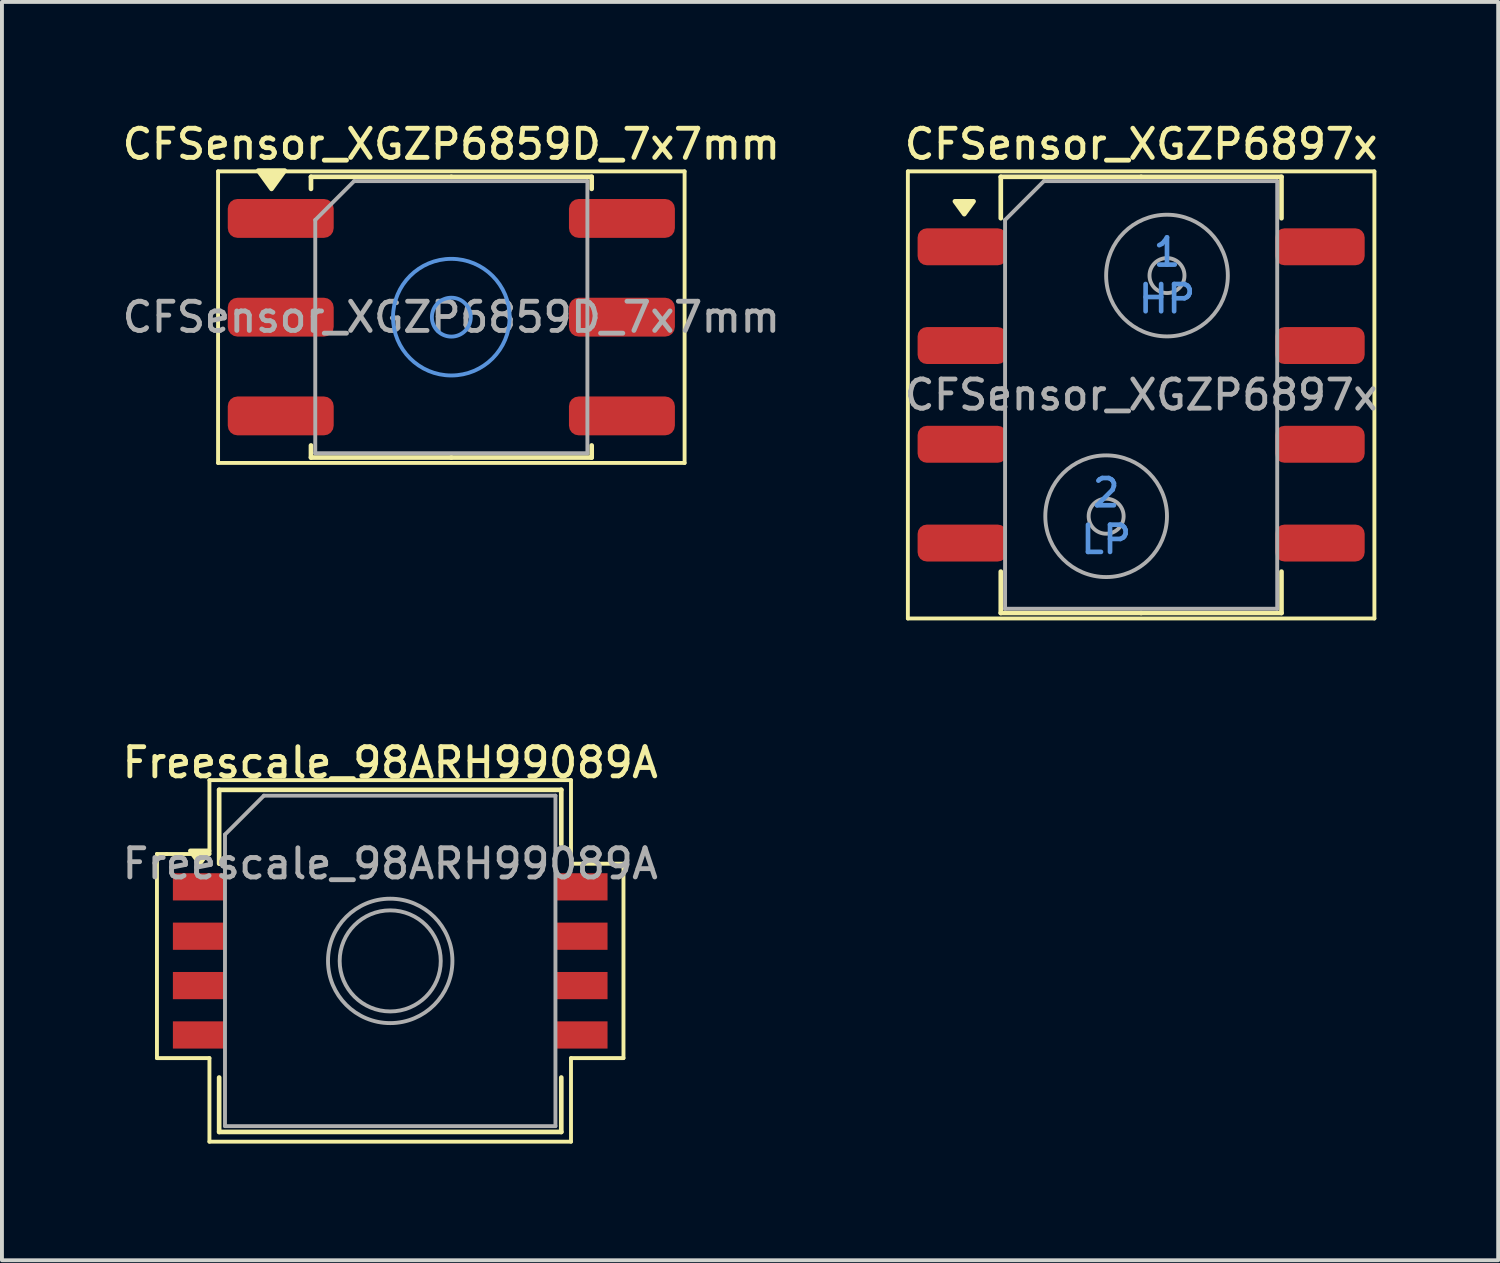
<source format=kicad_pcb>
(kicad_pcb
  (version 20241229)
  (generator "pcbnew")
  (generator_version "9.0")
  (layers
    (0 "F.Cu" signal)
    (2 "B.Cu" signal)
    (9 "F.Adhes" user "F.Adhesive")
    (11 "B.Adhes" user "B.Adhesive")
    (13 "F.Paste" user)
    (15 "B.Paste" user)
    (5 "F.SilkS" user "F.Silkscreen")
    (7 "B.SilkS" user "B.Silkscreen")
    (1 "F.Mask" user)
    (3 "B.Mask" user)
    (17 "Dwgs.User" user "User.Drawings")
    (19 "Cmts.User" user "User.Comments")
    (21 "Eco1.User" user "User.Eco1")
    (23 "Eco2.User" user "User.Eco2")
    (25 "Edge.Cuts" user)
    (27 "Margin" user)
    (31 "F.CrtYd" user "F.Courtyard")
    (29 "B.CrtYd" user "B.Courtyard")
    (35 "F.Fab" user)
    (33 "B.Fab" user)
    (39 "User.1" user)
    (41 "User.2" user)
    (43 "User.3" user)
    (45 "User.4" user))
  (footprint "Freescale_98ARH99089A"
    (layer "F.Cu")
    (at 6.987 21.666)
    (property "Reference" "Freescale_98ARH99089A" (at 0 -5.1 0) (layer "F.SilkS") (effects (font (size 0.75 0.75) (thickness 0.125))))
    (attr smd)
    (fp_line (start -6 -2.75) (end -4.65 -2.75) (stroke (width 0.1) (type solid)) (layer "F.SilkS"))
    (fp_line (start -6 2.5) (end -6 -2.75) (stroke (width 0.1) (type solid)) (layer "F.SilkS"))
    (fp_line (start -5.75 -2.75) (end -5.75 -2.75) (stroke (width 0.1) (type solid)) (layer "F.SilkS"))
    (fp_line (start -4.65 -4.65) (end 4.65 -4.65) (stroke (width 0.1) (type solid)) (layer "F.SilkS"))
    (fp_line (start -4.65 -2.75) (end -4.65 -4.65) (stroke (width 0.1) (type solid)) (layer "F.SilkS"))
    (fp_line (start -4.65 2.5) (end -6 2.5) (stroke (width 0.1) (type solid)) (layer "F.SilkS"))
    (fp_line (start -4.65 4.65) (end -4.65 2.5) (stroke (width 0.1) (type solid)) (layer "F.SilkS"))
    (fp_line (start -4.4 -4.4) (end -4.4 -2.5) (stroke (width 0.12) (type solid)) (layer "F.SilkS"))
    (fp_line (start -4.4 4.4) (end -4.4 3) (stroke (width 0.12) (type solid)) (layer "F.SilkS"))
    (fp_line (start 4.4 -4.4) (end -4.4 -4.4) (stroke (width 0.12) (type solid)) (layer "F.SilkS"))
    (fp_line (start 4.4 -3) (end 4.4 -4.4) (stroke (width 0.12) (type solid)) (layer "F.SilkS"))
    (fp_line (start 4.4 3) (end 4.4 4.4) (stroke (width 0.12) (type solid)) (layer "F.SilkS"))
    (fp_line (start 4.4 4.4) (end -4.4 4.4) (stroke (width 0.12) (type solid)) (layer "F.SilkS"))
    (fp_line (start 4.65 -4.65) (end 4.65 -2.5) (stroke (width 0.1) (type solid)) (layer "F.SilkS"))
    (fp_line (start 4.65 -2.5) (end 6 -2.5) (stroke (width 0.1) (type solid)) (layer "F.SilkS"))
    (fp_line (start 4.65 2.5) (end 4.65 4.65) (stroke (width 0.1) (type solid)) (layer "F.SilkS"))
    (fp_line (start 4.65 4.65) (end -4.65 4.65) (stroke (width 0.1) (type solid)) (layer "F.SilkS"))
    (fp_line (start 6 -2.5) (end 6 2.5) (stroke (width 0.1) (type solid)) (layer "F.SilkS"))
    (fp_line (start 6 2.5) (end 4.65 2.5) (stroke (width 0.1) (type solid)) (layer "F.SilkS"))
    (fp_poly (pts (xy -4.9 -2.5) (xy -5.14 -2.83) (xy -4.66 -2.83) (xy -4.9 -2.5)) (stroke (width 0.12) (type solid)) (fill yes) (layer "F.SilkS"))
    (fp_line (start -4.25 -3.25) (end -3.25 -4.25) (stroke (width 0.1) (type solid)) (layer "F.Fab"))
    (fp_line (start -4.25 4.25) (end -4.25 -3.25) (stroke (width 0.1) (type solid)) (layer "F.Fab"))
    (fp_line (start -3.25 -4.25) (end 4.25 -4.25) (stroke (width 0.1) (type solid)) (layer "F.Fab"))
    (fp_line (start 4.25 -4.25) (end 4.25 4.25) (stroke (width 0.1) (type solid)) (layer "F.Fab"))
    (fp_line (start 4.25 4.25) (end -4.25 4.25) (stroke (width 0.1) (type solid)) (layer "F.Fab"))
    (fp_circle (center 0 0) (end 1.3 0) (stroke (width 0.1) (type solid)) (fill no) (layer "F.Fab"))
    (fp_circle (center 0 0) (end 1.6 0) (stroke (width 0.1) (type solid)) (fill no) (layer "F.Fab"))
    (fp_text user "${REFERENCE}" (at 0 -2.5 0) (layer "F.Fab") (effects (font (size 0.75 0.75) (thickness 0.125))))
    (pad "1" smd rect (at -4.915 -1.905) (size 1.35 0.7) (layers "F.Cu" "F.Mask" "F.Paste"))
    (pad "2" smd rect (at -4.915 -0.635) (size 1.35 0.7) (layers "F.Cu" "F.Mask" "F.Paste"))
    (pad "3" smd rect (at -4.915 0.635) (size 1.35 0.7) (layers "F.Cu" "F.Mask" "F.Paste"))
    (pad "4" smd rect (at -4.915 1.905) (size 1.35 0.7) (layers "F.Cu" "F.Mask" "F.Paste"))
    (pad "5" smd rect (at 4.915 1.905) (size 1.35 0.7) (layers "F.Cu" "F.Mask" "F.Paste"))
    (pad "6" smd rect (at 4.915 0.635) (size 1.35 0.7) (layers "F.Cu" "F.Mask" "F.Paste"))
    (pad "7" smd rect (at 4.915 -0.635) (size 1.35 0.7) (layers "F.Cu" "F.Mask" "F.Paste"))
    (pad "8" smd rect (at 4.915 -1.905) (size 1.35 0.7) (layers "F.Cu" "F.Mask" "F.Paste")))
  (footprint "CFSensor_XGZP6897x"
    (layer "F.Cu")
    (at 26.302 7.108)
    (property "Reference" "CFSensor_XGZP6897x" (at 0 -6.45 0) (layer "F.SilkS") (effects (font (size 0.75 0.75) (thickness 0.125))))
    (attr smd)
    (fp_line (start -6 -5.75) (end -6 5.75) (stroke (width 0.1) (type solid)) (layer "F.SilkS"))
    (fp_line (start -6 5.75) (end 6 5.75) (stroke (width 0.1) (type solid)) (layer "F.SilkS"))
    (fp_line (start -3.61 -5.61) (end -3.61 -4.545) (stroke (width 0.12) (type solid)) (layer "F.SilkS"))
    (fp_line (start -3.61 5.61) (end -3.61 4.545) (stroke (width 0.12) (type solid)) (layer "F.SilkS"))
    (fp_line (start 0 -5.61) (end -3.61 -5.61) (stroke (width 0.12) (type solid)) (layer "F.SilkS"))
    (fp_line (start 0 -5.61) (end 3.61 -5.61) (stroke (width 0.12) (type solid)) (layer "F.SilkS"))
    (fp_line (start 0 5.61) (end -3.61 5.61) (stroke (width 0.12) (type solid)) (layer "F.SilkS"))
    (fp_line (start 0 5.61) (end 3.61 5.61) (stroke (width 0.12) (type solid)) (layer "F.SilkS"))
    (fp_line (start 3.61 -5.61) (end 3.61 -4.545) (stroke (width 0.12) (type solid)) (layer "F.SilkS"))
    (fp_line (start 3.61 5.61) (end 3.61 4.545) (stroke (width 0.12) (type solid)) (layer "F.SilkS"))
    (fp_line (start 6 -5.75) (end -6 -5.75) (stroke (width 0.1) (type solid)) (layer "F.SilkS"))
    (fp_line (start 6 5.75) (end 6 -5.75) (stroke (width 0.1) (type solid)) (layer "F.SilkS"))
    (fp_poly (pts (xy -4.55 -4.65) (xy -4.79 -4.98) (xy -4.31 -4.98) (xy -4.55 -4.65)) (stroke (width 0.12) (type solid)) (fill yes) (layer "F.SilkS"))
    (fp_line (start -3.5 -4.5) (end -2.5 -5.5) (stroke (width 0.1) (type solid)) (layer "F.Fab"))
    (fp_line (start -3.5 5.5) (end -3.5 -4.5) (stroke (width 0.1) (type solid)) (layer "F.Fab"))
    (fp_line (start -2.5 -5.5) (end 3.5 -5.5) (stroke (width 0.1) (type solid)) (layer "F.Fab"))
    (fp_line (start 3.5 -5.5) (end 3.5 5.5) (stroke (width 0.1) (type solid)) (layer "F.Fab"))
    (fp_line (start 3.5 5.5) (end -3.5 5.5) (stroke (width 0.1) (type solid)) (layer "F.Fab"))
    (fp_circle (center -0.9 3.12) (end -0.45 3.12) (stroke (width 0.1) (type default)) (fill no) (layer "F.Fab"))
    (fp_circle (center -0.9 3.12) (end 0.665 3.12) (stroke (width 0.1) (type default)) (fill no) (layer "F.Fab"))
    (fp_circle (center 0.665 -3.07) (end 1.115 -3.07) (stroke (width 0.1) (type default)) (fill no) (layer "F.Fab"))
    (fp_circle (center 0.665 -3.07) (end 2.23 -3.07) (stroke (width 0.1) (type default)) (fill no) (layer "F.Fab"))
    (fp_text user "LP" (at -0.9 3.72 0) (unlocked yes) (layer "Cmts.User") (effects (font (size 0.7 0.7) (thickness 0.12) (bold yes))))
    (fp_text user "1" (at 0.665 -3.67 0) (unlocked yes) (layer "Cmts.User") (effects (font (size 0.7 0.7) (thickness 0.12) (bold yes))))
    (fp_text user "2" (at -0.9 2.52 0) (unlocked yes) (layer "Cmts.User") (effects (font (size 0.7 0.7) (thickness 0.12) (bold yes))))
    (fp_text user "HP" (at 0.665 -2.47 0) (unlocked yes) (layer "Cmts.User") (effects (font (size 0.7 0.7) (thickness 0.12) (bold yes))))
    (fp_text user "${REFERENCE}" (at 0 0 0) (layer "F.Fab") (effects (font (size 0.75 0.75) (thickness 0.125))))
    (pad "1" smd roundrect (at -4.6 -3.81) (size 2.3 0.95) (layers "F.Cu" "F.Mask" "F.Paste") (roundrect_rratio 0.25))
    (pad "2" smd roundrect (at -4.6 -1.27) (size 2.3 0.95) (layers "F.Cu" "F.Mask" "F.Paste") (roundrect_rratio 0.25))
    (pad "3" smd roundrect (at -4.6 1.27) (size 2.3 0.95) (layers "F.Cu" "F.Mask" "F.Paste") (roundrect_rratio 0.25))
    (pad "4" smd roundrect (at -4.6 3.81) (size 2.3 0.95) (layers "F.Cu" "F.Mask" "F.Paste") (roundrect_rratio 0.25))
    (pad "5" smd roundrect (at 4.6 3.81) (size 2.3 0.95) (layers "F.Cu" "F.Mask" "F.Paste") (roundrect_rratio 0.25))
    (pad "6" smd roundrect (at 4.6 1.27) (size 2.3 0.95) (layers "F.Cu" "F.Mask" "F.Paste") (roundrect_rratio 0.25))
    (pad "7" smd roundrect (at 4.6 -1.27) (size 2.3 0.95) (layers "F.Cu" "F.Mask" "F.Paste") (roundrect_rratio 0.25))
    (pad "8" smd roundrect (at 4.6 -3.81) (size 2.3 0.95) (layers "F.Cu" "F.Mask" "F.Paste") (roundrect_rratio 0.25)))
  (footprint "CFSensor_XGZP6859D_7x7mm"
    (layer "F.Cu")
    (at 8.559 5.108)
    (property "Reference" "CFSensor_XGZP6859D_7x7mm" (at 0 -4.45 0) (layer "F.SilkS") (effects (font (size 0.75 0.75) (thickness 0.125))))
    (attr smd)
    (fp_line (start -6 -3.75) (end -6 3.75) (stroke (width 0.1) (type solid)) (layer "F.SilkS"))
    (fp_line (start -6 3.75) (end 6 3.75) (stroke (width 0.1) (type solid)) (layer "F.SilkS"))
    (fp_line (start -3.61 -3.61) (end -3.61 -3.3) (stroke (width 0.12) (type solid)) (layer "F.SilkS"))
    (fp_line (start -3.61 3.61) (end -3.61 3.3) (stroke (width 0.12) (type solid)) (layer "F.SilkS"))
    (fp_line (start 0 -3.61) (end -3.61 -3.61) (stroke (width 0.12) (type solid)) (layer "F.SilkS"))
    (fp_line (start 0 -3.61) (end 3.61 -3.61) (stroke (width 0.12) (type solid)) (layer "F.SilkS"))
    (fp_line (start 0 3.61) (end -3.61 3.61) (stroke (width 0.12) (type solid)) (layer "F.SilkS"))
    (fp_line (start 0 3.61) (end 3.61 3.61) (stroke (width 0.12) (type solid)) (layer "F.SilkS"))
    (fp_line (start 3.61 -3.61) (end 3.61 -3.3) (stroke (width 0.12) (type solid)) (layer "F.SilkS"))
    (fp_line (start 3.61 3.61) (end 3.61 3.3) (stroke (width 0.12) (type solid)) (layer "F.SilkS"))
    (fp_line (start 6 -3.75) (end -6 -3.75) (stroke (width 0.1) (type solid)) (layer "F.SilkS"))
    (fp_line (start 6 3.75) (end 6 -3.75) (stroke (width 0.1) (type solid)) (layer "F.SilkS"))
    (fp_poly (pts (xy -4.625 -3.3) (xy -4.965 -3.77) (xy -4.285 -3.77) (xy -4.625 -3.3)) (stroke (width 0.12) (type solid)) (fill yes) (layer "F.SilkS"))
    (fp_circle (center 0 0) (end 0.5 0) (stroke (width 0.1) (type default)) (fill no) (layer "Cmts.User"))
    (fp_circle (center 0 0) (end 1.5 0) (stroke (width 0.1) (type default)) (fill no) (layer "Cmts.User"))
    (fp_line (start -3.5 -2.5) (end -2.5 -3.5) (stroke (width 0.1) (type solid)) (layer "F.Fab"))
    (fp_line (start -3.5 3.5) (end -3.5 -2.5) (stroke (width 0.1) (type solid)) (layer "F.Fab"))
    (fp_line (start -2.5 -3.5) (end 3.5 -3.5) (stroke (width 0.1) (type solid)) (layer "F.Fab"))
    (fp_line (start 3.5 -3.5) (end 3.5 3.5) (stroke (width 0.1) (type solid)) (layer "F.Fab"))
    (fp_line (start 3.5 3.5) (end -3.5 3.5) (stroke (width 0.1) (type solid)) (layer "F.Fab"))
    (fp_text user "${REFERENCE}" (at 0 0 0) (layer "F.Fab") (effects (font (size 0.75 0.75) (thickness 0.125))))
    (pad "1" smd roundrect (at -4.388 -2.54) (size 2.725 1) (layers "F.Cu" "F.Mask" "F.Paste") (roundrect_rratio 0.25))
    (pad "2" smd roundrect (at -4.388 0) (size 2.725 1) (layers "F.Cu" "F.Mask" "F.Paste") (roundrect_rratio 0.25))
    (pad "3" smd roundrect (at -4.388 2.54) (size 2.725 1) (layers "F.Cu" "F.Mask" "F.Paste") (roundrect_rratio 0.25))
    (pad "4" smd roundrect (at 4.388 2.54) (size 2.725 1) (layers "F.Cu" "F.Mask" "F.Paste") (roundrect_rratio 0.25))
    (pad "5" smd roundrect (at 4.388 0) (size 2.725 1) (layers "F.Cu" "F.Mask" "F.Paste") (roundrect_rratio 0.25))
    (pad "6" smd roundrect (at 4.388 -2.54) (size 2.725 1) (layers "F.Cu" "F.Mask" "F.Paste") (roundrect_rratio 0.25)))
  (gr_rect
    (start -3 -3)
    (end 35.486 29.366)
    (stroke (width 0.1) (type default))
    (fill no)
    (layer "Edge.Cuts")))
</source>
